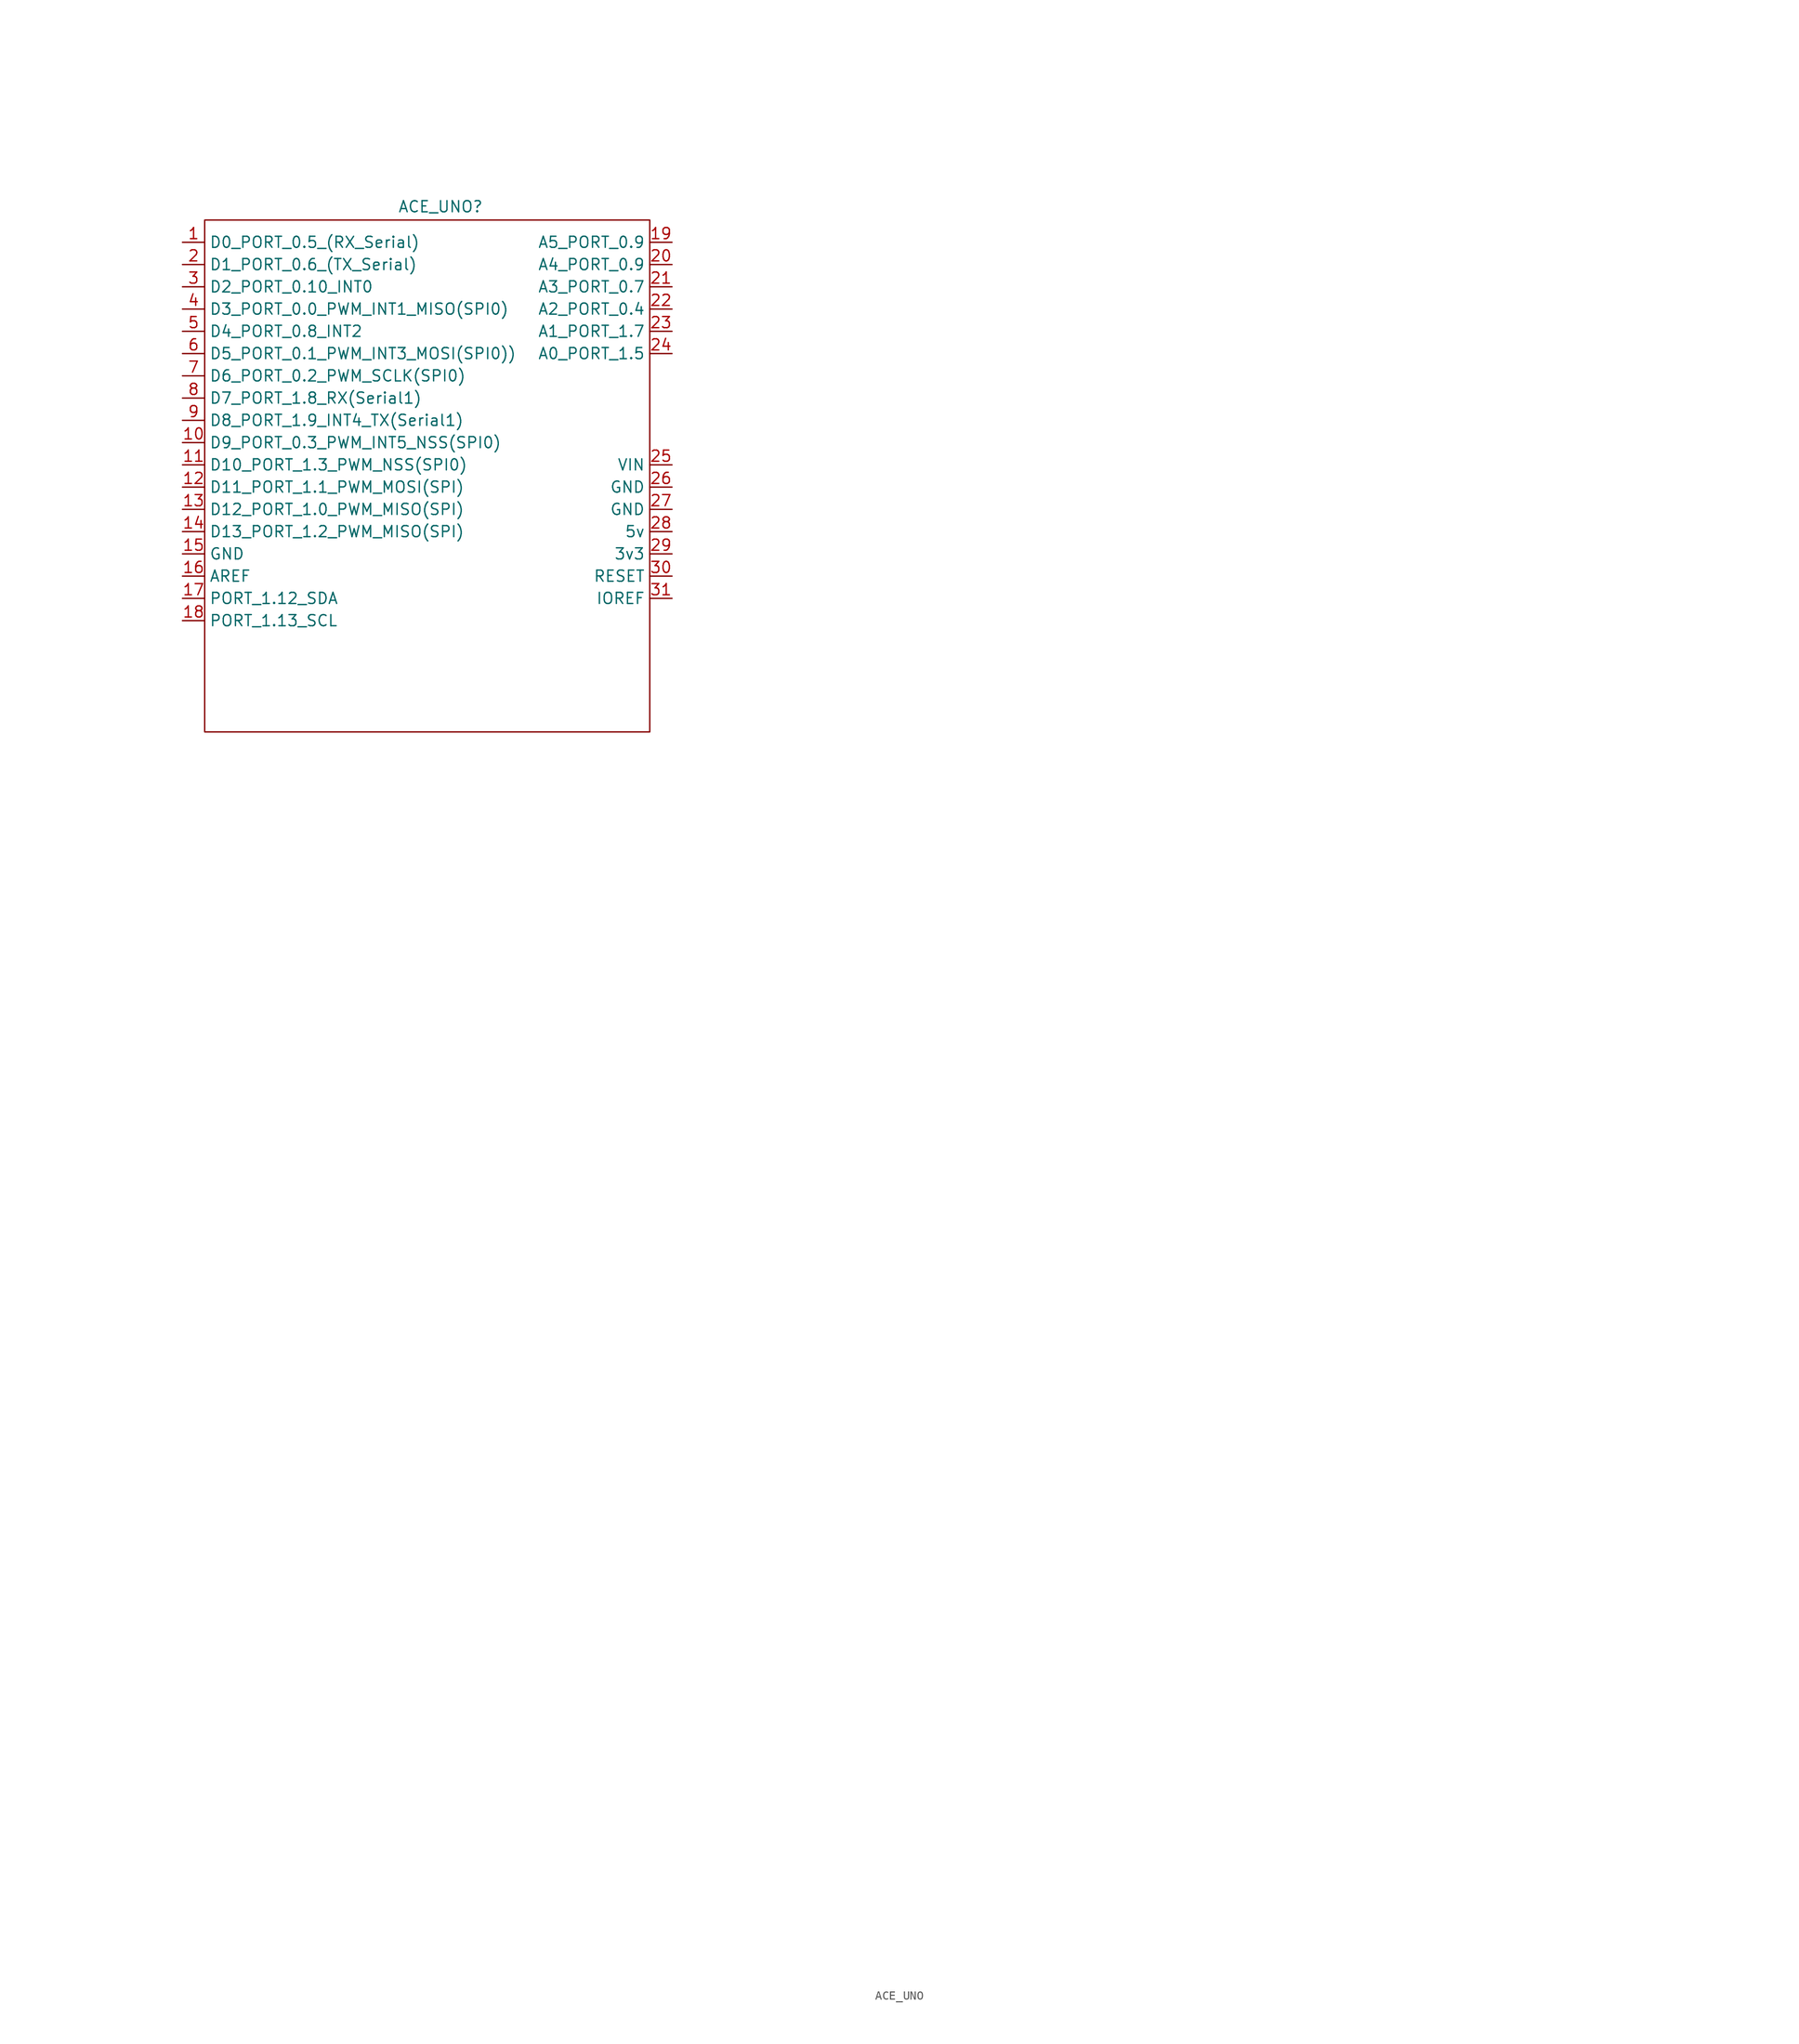
<source format=kicad_sym>
(kicad_symbol_lib
  (version 20241209)
  (generator "kicad_symbol_editor")
  (generator_version "9.0")
  (symbol "ACE_UNO"
    (property "Reference" "ACE_UNO"
      (at -134.366 184.404 0)
      (effects (font (size 1.27 1.27))))
    (property "Value" ""
      (at 0 0 0)
      (effects (font (size 1.27 1.27))))
    (symbol "ACE_UNO_0_0"
      (pin input line (at -163.83 180.34 0) (length 2.54) (name "D0_PORT_0.5_(RX_Serial)" (effects (font (size 1.27 1.27)))) (number "1" (effects (font (size 1.27 1.27)))))
      (pin output line (at -163.83 177.8 0) (length 2.54) (name "D1_PORT_0.6_(TX_Serial)" (effects (font (size 1.27 1.27)))) (number "2" (effects (font (size 1.27 1.27)))))
      (pin bidirectional line (at -163.83 175.26 0) (length 2.54) (name "D2_PORT_0.10_INT0" (effects (font (size 1.27 1.27)))) (number "3" (effects (font (size 1.27 1.27)))))
      (pin bidirectional line (at -163.83 172.72 0) (length 2.54) (name "D3_PORT_0.0_PWM_INT1_MISO(SPI0)" (effects (font (size 1.27 1.27)))) (number "4" (effects (font (size 1.27 1.27)))))
      (pin bidirectional line (at -163.83 170.18 0) (length 2.54) (name "D4_PORT_0.8_INT2" (effects (font (size 1.27 1.27)))) (number "5" (effects (font (size 1.27 1.27)))))
      (pin bidirectional line (at -163.83 167.64 0) (length 2.54) (name "D5_PORT_0.1_PWM_INT3_MOSI(SPI0))" (effects (font (size 1.27 1.27)))) (number "6" (effects (font (size 1.27 1.27)))))
      (pin bidirectional line (at -163.83 165.1 0) (length 2.54) (name "D6_PORT_0.2_PWM_SCLK(SPI0)" (effects (font (size 1.27 1.27)))) (number "7" (effects (font (size 1.27 1.27)))))
      (pin bidirectional line (at -163.83 162.56 0) (length 2.54) (name "D7_PORT_1.8_RX(Serial1)" (effects (font (size 1.27 1.27)))) (number "8" (effects (font (size 1.27 1.27)))))
      (pin bidirectional line (at -163.83 160.02 0) (length 2.54) (name "D8_PORT_1.9_INT4_TX(Serial1)" (effects (font (size 1.27 1.27)))) (number "9" (effects (font (size 1.27 1.27)))))
      (pin bidirectional line (at -163.83 157.48 0) (length 2.54) (name "D9_PORT_0.3_PWM_INT5_NSS(SPI0)" (effects (font (size 1.27 1.27)))) (number "10" (effects (font (size 1.27 1.27)))))
      (pin bidirectional line (at -163.83 154.94 0) (length 2.54) (name "D10_PORT_1.3_PWM_NSS(SPI0)" (effects (font (size 1.27 1.27)))) (number "11" (effects (font (size 1.27 1.27)))))
      (pin bidirectional line (at -163.83 152.4 0) (length 2.54) (name "D11_PORT_1.1_PWM_MOSI(SPI)" (effects (font (size 1.27 1.27)))) (number "12" (effects (font (size 1.27 1.27)))))
      (pin bidirectional line (at -163.83 149.86 0) (length 2.54) (name "D12_PORT_1.0_PWM_MISO(SPI)" (effects (font (size 1.27 1.27)))) (number "13" (effects (font (size 1.27 1.27)))))
      (pin bidirectional line (at -163.83 147.32 0) (length 2.54) (name "D13_PORT_1.2_PWM_MISO(SPI)" (effects (font (size 1.27 1.27)))) (number "14" (effects (font (size 1.27 1.27)))))
      (pin passive line (at -163.83 144.78 0) (length 2.54) (name "GND" (effects (font (size 1.27 1.27)))) (number "15" (effects (font (size 1.27 1.27)))))
      (pin free line (at -163.83 142.24 0) (length 2.54) (name "AREF" (effects (font (size 1.27 1.27)))) (number "16" (effects (font (size 1.27 1.27)))))
      (pin bidirectional line (at -163.83 139.7 0) (length 2.54) (name "PORT_1.12_SDA" (effects (font (size 1.27 1.27)))) (number "17" (effects (font (size 1.27 1.27)))))
      (pin bidirectional line (at -163.83 137.16 0) (length 2.54) (name "PORT_1.13_SCL" (effects (font (size 1.27 1.27)))) (number "18" (effects (font (size 1.27 1.27)))))
      (pin bidirectional line (at -107.95 180.34 180) (length 2.54) (name "A5_PORT_0.9" (effects (font (size 1.27 1.27)))) (number "19" (effects (font (size 1.27 1.27)))))
      (pin bidirectional line (at -107.95 177.8 180) (length 2.54) (name "A4_PORT_0.9" (effects (font (size 1.27 1.27)))) (number "20" (effects (font (size 1.27 1.27)))))
      (pin bidirectional line (at -107.95 175.26 180) (length 2.54) (name "А3_PORT_0.7" (effects (font (size 1.27 1.27)))) (number "21" (effects (font (size 1.27 1.27)))))
      (pin bidirectional line (at -107.95 172.72 180) (length 2.54) (name "А2_PORT_0.4" (effects (font (size 1.27 1.27)))) (number "22" (effects (font (size 1.27 1.27)))))
      (pin bidirectional line (at -107.95 170.18 180) (length 2.54) (name "А1_PORT_1.7" (effects (font (size 1.27 1.27)))) (number "23" (effects (font (size 1.27 1.27)))))
      (pin bidirectional line (at -107.95 167.64 180) (length 2.54) (name "А0_PORT_1.5" (effects (font (size 1.27 1.27)))) (number "24" (effects (font (size 1.27 1.27)))))
      (pin power_in line (at -107.95 154.94 180) (length 2.54) (name "VIN" (effects (font (size 1.27 1.27)))) (number "25" (effects (font (size 1.27 1.27)))))
      (pin passive line (at -107.95 152.4 180) (length 2.54) (name "GND" (effects (font (size 1.27 1.27)))) (number "26" (effects (font (size 1.27 1.27)))))
      (pin passive line (at -107.95 149.86 180) (length 2.54) (name "GND" (effects (font (size 1.27 1.27)))) (number "27" (effects (font (size 1.27 1.27)))))
      (pin power_out line (at -107.95 147.32 180) (length 2.54) (name "5v" (effects (font (size 1.27 1.27)))) (number "28" (effects (font (size 1.27 1.27)))))
      (pin power_out line (at -107.95 144.78 180) (length 2.54) (name "3v3" (effects (font (size 1.27 1.27)))) (number "29" (effects (font (size 1.27 1.27)))))
      (pin bidirectional line (at -107.95 142.24 180) (length 2.54) (name "RESET" (effects (font (size 1.27 1.27)))) (number "30" (effects (font (size 1.27 1.27)))))
      (pin bidirectional line (at -107.95 139.7 180) (length 2.54) (name "IOREF" (effects (font (size 1.27 1.27)))) (number "31" (effects (font (size 1.27 1.27))))))
    (symbol "ACE_UNO_0_1"
      (rectangle (start -161.29 182.88) (end -110.49 124.46) (stroke (width 0) (type default)) (fill (type none))))))
</source>
